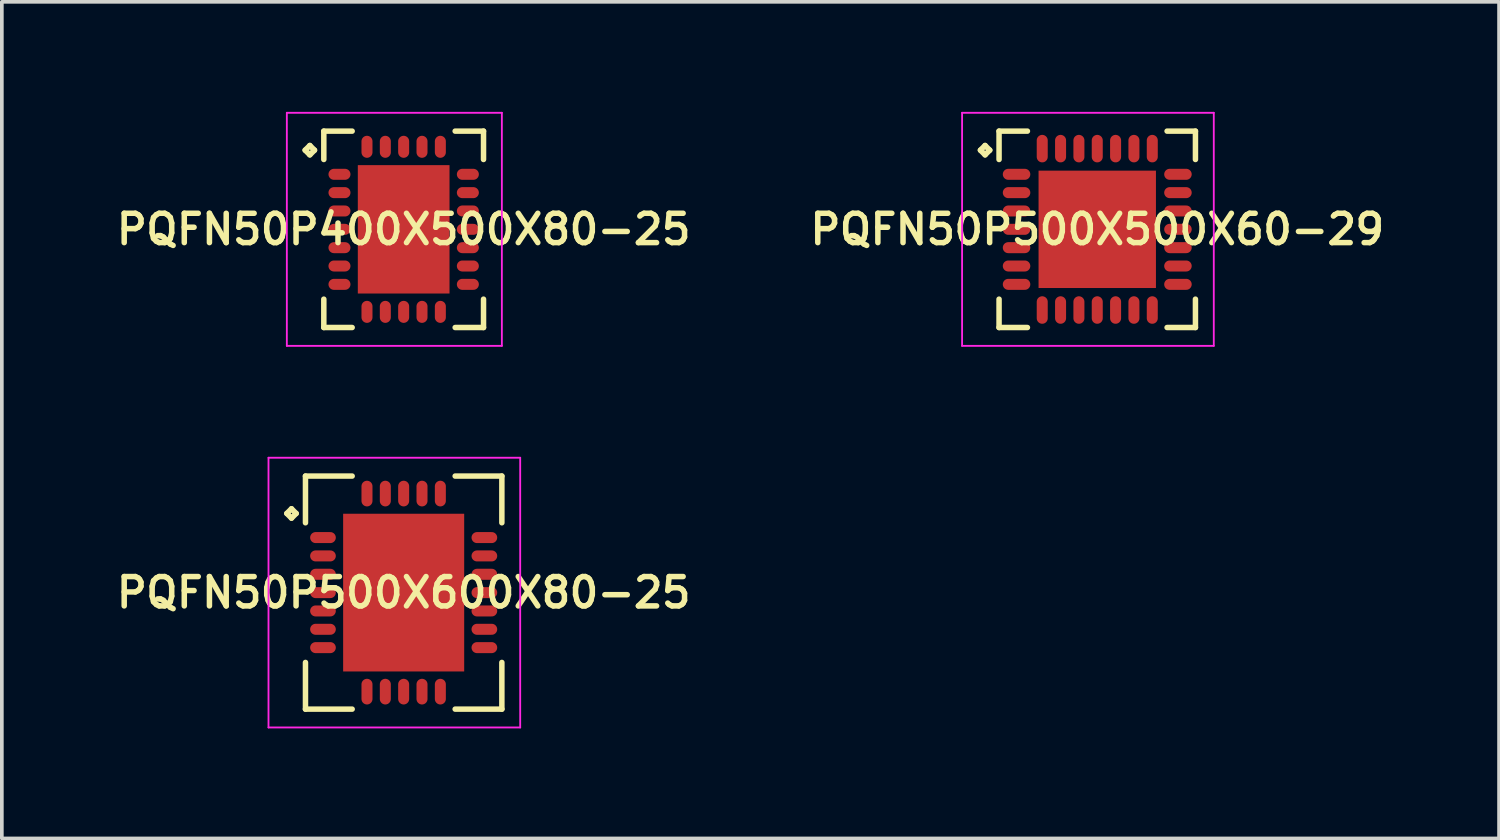
<source format=kicad_pcb>
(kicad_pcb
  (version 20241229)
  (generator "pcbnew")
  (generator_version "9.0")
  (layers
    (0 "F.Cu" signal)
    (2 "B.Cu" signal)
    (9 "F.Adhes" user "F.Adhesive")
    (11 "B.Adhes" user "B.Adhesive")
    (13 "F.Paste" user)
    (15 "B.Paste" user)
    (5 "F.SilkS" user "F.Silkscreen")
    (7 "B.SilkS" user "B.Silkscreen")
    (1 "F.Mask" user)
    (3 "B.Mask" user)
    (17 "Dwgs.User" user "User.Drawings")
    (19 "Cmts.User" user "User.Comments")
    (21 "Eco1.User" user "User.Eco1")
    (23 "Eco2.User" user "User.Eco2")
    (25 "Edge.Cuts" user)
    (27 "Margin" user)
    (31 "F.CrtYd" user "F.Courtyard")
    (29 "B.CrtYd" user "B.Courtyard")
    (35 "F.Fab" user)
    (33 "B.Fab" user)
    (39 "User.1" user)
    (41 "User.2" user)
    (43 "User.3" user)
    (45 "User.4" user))
  (footprint "PQFN50P400X500X80-25"
    (layer "F.Cu")
    (at 7.955 3.202)
    (property "Reference" "PQFN50P400X500X80-25" (at 0 0 0) (layer "F.SilkS") (effects (font (size 0.8 0.8) (thickness 0.15))))
    (attr smd)
    (fp_line (start -2.685 -2.158) (end -2.558 -2.285) (stroke (width 0.15) (type solid)) (layer "F.SilkS"))
    (fp_line (start -2.558 -2.285) (end -2.431 -2.158) (stroke (width 0.15) (type solid)) (layer "F.SilkS"))
    (fp_line (start -2.558 -2.031) (end -2.685 -2.158) (stroke (width 0.15) (type solid)) (layer "F.SilkS"))
    (fp_line (start -2.431 -2.158) (end -2.558 -2.031) (stroke (width 0.15) (type solid)) (layer "F.SilkS"))
    (fp_line (start -2.177 -2.677) (end -1.404 -2.677) (stroke (width 0.15) (type solid)) (layer "F.SilkS"))
    (fp_line (start -2.177 -1.904) (end -2.177 -2.677) (stroke (width 0.15) (type solid)) (layer "F.SilkS"))
    (fp_line (start -2.177 1.904) (end -2.177 2.677) (stroke (width 0.15) (type solid)) (layer "F.SilkS"))
    (fp_line (start -2.177 2.677) (end -1.404 2.677) (stroke (width 0.15) (type solid)) (layer "F.SilkS"))
    (fp_line (start 1.404 -2.677) (end 2.177 -2.677) (stroke (width 0.15) (type solid)) (layer "F.SilkS"))
    (fp_line (start 1.404 2.677) (end 2.177 2.677) (stroke (width 0.15) (type solid)) (layer "F.SilkS"))
    (fp_line (start 2.177 -2.677) (end 2.177 -1.904) (stroke (width 0.15) (type solid)) (layer "F.SilkS"))
    (fp_line (start 2.177 2.677) (end 2.177 1.904) (stroke (width 0.15) (type solid)) (layer "F.SilkS"))
    (fp_line (start -3.185 -3.177) (end 2.677 -3.177) (stroke (width 0.05) (type solid)) (layer "F.CrtYd"))
    (fp_line (start -3.185 3.177) (end -3.185 -3.177) (stroke (width 0.05) (type solid)) (layer "F.CrtYd"))
    (fp_line (start 2.677 -3.177) (end 2.677 3.177) (stroke (width 0.05) (type solid)) (layer "F.CrtYd"))
    (fp_line (start 2.677 3.177) (end -3.185 3.177) (stroke (width 0.05) (type solid)) (layer "F.CrtYd"))
    (pad "1" smd oval (at -1.75 -1.5) (size 0.6 0.3) (layers "F.Cu" "F.Mask" "F.Paste"))
    (pad "2" smd oval (at -1.75 -1) (size 0.6 0.3) (layers "F.Cu" "F.Mask" "F.Paste"))
    (pad "3" smd oval (at -1.75 -0.5) (size 0.6 0.3) (layers "F.Cu" "F.Mask" "F.Paste"))
    (pad "4" smd oval (at -1.75 0) (size 0.6 0.3) (layers "F.Cu" "F.Mask" "F.Paste"))
    (pad "5" smd oval (at -1.75 0.5) (size 0.6 0.3) (layers "F.Cu" "F.Mask" "F.Paste"))
    (pad "6" smd oval (at -1.75 1) (size 0.6 0.3) (layers "F.Cu" "F.Mask" "F.Paste"))
    (pad "7" smd oval (at -1.75 1.5) (size 0.6 0.3) (layers "F.Cu" "F.Mask" "F.Paste"))
    (pad "8" smd oval (at -1 2.25) (size 0.3 0.6) (layers "F.Cu" "F.Mask" "F.Paste"))
    (pad "9" smd oval (at -0.5 2.25) (size 0.3 0.6) (layers "F.Cu" "F.Mask" "F.Paste"))
    (pad "10" smd oval (at 0 2.25) (size 0.3 0.6) (layers "F.Cu" "F.Mask" "F.Paste"))
    (pad "11" smd oval (at 0.5 2.25) (size 0.3 0.6) (layers "F.Cu" "F.Mask" "F.Paste"))
    (pad "12" smd oval (at 1 2.25) (size 0.3 0.6) (layers "F.Cu" "F.Mask" "F.Paste"))
    (pad "13" smd oval (at 1.75 1.5) (size 0.6 0.3) (layers "F.Cu" "F.Mask" "F.Paste"))
    (pad "14" smd oval (at 1.75 1) (size 0.6 0.3) (layers "F.Cu" "F.Mask" "F.Paste"))
    (pad "15" smd oval (at 1.75 0.5) (size 0.6 0.3) (layers "F.Cu" "F.Mask" "F.Paste"))
    (pad "16" smd oval (at 1.75 0) (size 0.6 0.3) (layers "F.Cu" "F.Mask" "F.Paste"))
    (pad "17" smd oval (at 1.75 -0.5) (size 0.6 0.3) (layers "F.Cu" "F.Mask" "F.Paste"))
    (pad "18" smd oval (at 1.75 -1) (size 0.6 0.3) (layers "F.Cu" "F.Mask" "F.Paste"))
    (pad "19" smd oval (at 1.75 -1.5) (size 0.6 0.3) (layers "F.Cu" "F.Mask" "F.Paste"))
    (pad "20" smd oval (at 1 -2.25) (size 0.3 0.6) (layers "F.Cu" "F.Mask" "F.Paste"))
    (pad "21" smd oval (at 0.5 -2.25) (size 0.3 0.6) (layers "F.Cu" "F.Mask" "F.Paste"))
    (pad "22" smd oval (at 0 -2.25) (size 0.3 0.6) (layers "F.Cu" "F.Mask" "F.Paste"))
    (pad "23" smd oval (at -0.5 -2.25) (size 0.3 0.6) (layers "F.Cu" "F.Mask" "F.Paste"))
    (pad "24" smd oval (at -1 -2.25) (size 0.3 0.6) (layers "F.Cu" "F.Mask" "F.Paste"))
    (pad "25" smd rect (at 0 0) (size 2.5 3.5) (layers "F.Cu" "F.Mask" "F.Paste")))
  (footprint "PQFN50P500X600X80-25"
    (layer "F.Cu")
    (at 7.955 13.106)
    (property "Reference" "PQFN50P500X600X80-25" (at 0 0 0) (layer "F.SilkS") (effects (font (size 0.8 0.8) (thickness 0.15))))
    (attr smd)
    (fp_line (start -3.185 -2.158) (end -3.058 -2.285) (stroke (width 0.15) (type solid)) (layer "F.SilkS"))
    (fp_line (start -3.058 -2.285) (end -2.931 -2.158) (stroke (width 0.15) (type solid)) (layer "F.SilkS"))
    (fp_line (start -3.058 -2.031) (end -3.185 -2.158) (stroke (width 0.15) (type solid)) (layer "F.SilkS"))
    (fp_line (start -2.931 -2.158) (end -3.058 -2.031) (stroke (width 0.15) (type solid)) (layer "F.SilkS"))
    (fp_line (start -2.677 -3.177) (end -1.404 -3.177) (stroke (width 0.15) (type solid)) (layer "F.SilkS"))
    (fp_line (start -2.677 -1.904) (end -2.677 -3.177) (stroke (width 0.15) (type solid)) (layer "F.SilkS"))
    (fp_line (start -2.677 1.904) (end -2.677 3.177) (stroke (width 0.15) (type solid)) (layer "F.SilkS"))
    (fp_line (start -2.677 3.177) (end -1.404 3.177) (stroke (width 0.15) (type solid)) (layer "F.SilkS"))
    (fp_line (start 1.404 -3.177) (end 2.677 -3.177) (stroke (width 0.15) (type solid)) (layer "F.SilkS"))
    (fp_line (start 1.404 3.177) (end 2.677 3.177) (stroke (width 0.15) (type solid)) (layer "F.SilkS"))
    (fp_line (start 2.677 -3.177) (end 2.677 -1.904) (stroke (width 0.15) (type solid)) (layer "F.SilkS"))
    (fp_line (start 2.677 3.177) (end 2.677 1.904) (stroke (width 0.15) (type solid)) (layer "F.SilkS"))
    (fp_line (start -3.685 -3.677) (end 3.177 -3.677) (stroke (width 0.05) (type solid)) (layer "F.CrtYd"))
    (fp_line (start -3.685 3.677) (end -3.685 -3.677) (stroke (width 0.05) (type solid)) (layer "F.CrtYd"))
    (fp_line (start 3.177 -3.677) (end 3.177 3.677) (stroke (width 0.05) (type solid)) (layer "F.CrtYd"))
    (fp_line (start 3.177 3.677) (end -3.685 3.677) (stroke (width 0.05) (type solid)) (layer "F.CrtYd"))
    (pad "1" smd oval (at -2.2 -1.5) (size 0.7 0.3) (layers "F.Cu" "F.Mask" "F.Paste"))
    (pad "2" smd oval (at -2.2 -1) (size 0.7 0.3) (layers "F.Cu" "F.Mask" "F.Paste"))
    (pad "3" smd oval (at -2.2 -0.5) (size 0.7 0.3) (layers "F.Cu" "F.Mask" "F.Paste"))
    (pad "4" smd oval (at -2.2 0) (size 0.7 0.3) (layers "F.Cu" "F.Mask" "F.Paste"))
    (pad "5" smd oval (at -2.2 0.5) (size 0.7 0.3) (layers "F.Cu" "F.Mask" "F.Paste"))
    (pad "6" smd oval (at -2.2 1) (size 0.7 0.3) (layers "F.Cu" "F.Mask" "F.Paste"))
    (pad "7" smd oval (at -2.2 1.5) (size 0.7 0.3) (layers "F.Cu" "F.Mask" "F.Paste"))
    (pad "8" smd oval (at -1 2.7) (size 0.3 0.7) (layers "F.Cu" "F.Mask" "F.Paste"))
    (pad "9" smd oval (at -0.5 2.7) (size 0.3 0.7) (layers "F.Cu" "F.Mask" "F.Paste"))
    (pad "10" smd oval (at 0 2.7) (size 0.3 0.7) (layers "F.Cu" "F.Mask" "F.Paste"))
    (pad "11" smd oval (at 0.5 2.7) (size 0.3 0.7) (layers "F.Cu" "F.Mask" "F.Paste"))
    (pad "12" smd oval (at 1 2.7) (size 0.3 0.7) (layers "F.Cu" "F.Mask" "F.Paste"))
    (pad "13" smd oval (at 2.2 1.5) (size 0.7 0.3) (layers "F.Cu" "F.Mask" "F.Paste"))
    (pad "14" smd oval (at 2.2 1) (size 0.7 0.3) (layers "F.Cu" "F.Mask" "F.Paste"))
    (pad "15" smd oval (at 2.2 0.5) (size 0.7 0.3) (layers "F.Cu" "F.Mask" "F.Paste"))
    (pad "16" smd oval (at 2.2 0) (size 0.7 0.3) (layers "F.Cu" "F.Mask" "F.Paste"))
    (pad "17" smd oval (at 2.2 -0.5) (size 0.7 0.3) (layers "F.Cu" "F.Mask" "F.Paste"))
    (pad "18" smd oval (at 2.2 -1) (size 0.7 0.3) (layers "F.Cu" "F.Mask" "F.Paste"))
    (pad "19" smd oval (at 2.2 -1.5) (size 0.7 0.3) (layers "F.Cu" "F.Mask" "F.Paste"))
    (pad "20" smd oval (at 1 -2.7) (size 0.3 0.7) (layers "F.Cu" "F.Mask" "F.Paste"))
    (pad "21" smd oval (at 0.5 -2.7) (size 0.3 0.7) (layers "F.Cu" "F.Mask" "F.Paste"))
    (pad "22" smd oval (at 0 -2.7) (size 0.3 0.7) (layers "F.Cu" "F.Mask" "F.Paste"))
    (pad "23" smd oval (at -0.5 -2.7) (size 0.3 0.7) (layers "F.Cu" "F.Mask" "F.Paste"))
    (pad "24" smd oval (at -1 -2.7) (size 0.3 0.7) (layers "F.Cu" "F.Mask" "F.Paste"))
    (pad "25" smd rect (at 0 0) (size 3.3 4.3) (layers "F.Cu" "F.Mask" "F.Paste")))
  (footprint "PQFN50P500X500X60-29"
    (layer "F.Cu")
    (at 26.864 3.202)
    (property "Reference" "PQFN50P500X500X60-29" (at 0 0 0) (layer "F.SilkS") (effects (font (size 0.8 0.8) (thickness 0.15))))
    (attr smd)
    (fp_line (start -3.185 -2.158) (end -3.058 -2.285) (stroke (width 0.15) (type solid)) (layer "F.SilkS"))
    (fp_line (start -3.058 -2.285) (end -2.931 -2.158) (stroke (width 0.15) (type solid)) (layer "F.SilkS"))
    (fp_line (start -3.058 -2.031) (end -3.185 -2.158) (stroke (width 0.15) (type solid)) (layer "F.SilkS"))
    (fp_line (start -2.931 -2.158) (end -3.058 -2.031) (stroke (width 0.15) (type solid)) (layer "F.SilkS"))
    (fp_line (start -2.677 -2.677) (end -1.904 -2.677) (stroke (width 0.15) (type solid)) (layer "F.SilkS"))
    (fp_line (start -2.677 -1.904) (end -2.677 -2.677) (stroke (width 0.15) (type solid)) (layer "F.SilkS"))
    (fp_line (start -2.677 1.904) (end -2.677 2.677) (stroke (width 0.15) (type solid)) (layer "F.SilkS"))
    (fp_line (start -2.677 2.677) (end -1.904 2.677) (stroke (width 0.15) (type solid)) (layer "F.SilkS"))
    (fp_line (start 1.904 -2.677) (end 2.677 -2.677) (stroke (width 0.15) (type solid)) (layer "F.SilkS"))
    (fp_line (start 1.904 2.677) (end 2.677 2.677) (stroke (width 0.15) (type solid)) (layer "F.SilkS"))
    (fp_line (start 2.677 -2.677) (end 2.677 -1.904) (stroke (width 0.15) (type solid)) (layer "F.SilkS"))
    (fp_line (start 2.677 2.677) (end 2.677 1.904) (stroke (width 0.15) (type solid)) (layer "F.SilkS"))
    (fp_line (start -3.685 -3.177) (end 3.177 -3.177) (stroke (width 0.05) (type solid)) (layer "F.CrtYd"))
    (fp_line (start -3.685 3.177) (end -3.685 -3.177) (stroke (width 0.05) (type solid)) (layer "F.CrtYd"))
    (fp_line (start 3.177 -3.177) (end 3.177 3.177) (stroke (width 0.05) (type solid)) (layer "F.CrtYd"))
    (fp_line (start 3.177 3.177) (end -3.685 3.177) (stroke (width 0.05) (type solid)) (layer "F.CrtYd"))
    (pad "1" smd oval (at -2.2 -1.5) (size 0.75 0.3) (layers "F.Cu" "F.Mask" "F.Paste"))
    (pad "2" smd oval (at -2.2 -1) (size 0.75 0.3) (layers "F.Cu" "F.Mask" "F.Paste"))
    (pad "3" smd oval (at -2.2 -0.5) (size 0.75 0.3) (layers "F.Cu" "F.Mask" "F.Paste"))
    (pad "4" smd oval (at -2.2 0) (size 0.75 0.3) (layers "F.Cu" "F.Mask" "F.Paste"))
    (pad "5" smd oval (at -2.2 0.5) (size 0.75 0.3) (layers "F.Cu" "F.Mask" "F.Paste"))
    (pad "6" smd oval (at -2.2 1) (size 0.75 0.3) (layers "F.Cu" "F.Mask" "F.Paste"))
    (pad "7" smd oval (at -2.2 1.5) (size 0.75 0.3) (layers "F.Cu" "F.Mask" "F.Paste"))
    (pad "8" smd oval (at -1.5 2.2) (size 0.3 0.75) (layers "F.Cu" "F.Mask" "F.Paste"))
    (pad "9" smd oval (at -1 2.2) (size 0.3 0.75) (layers "F.Cu" "F.Mask" "F.Paste"))
    (pad "10" smd oval (at -0.5 2.2) (size 0.3 0.75) (layers "F.Cu" "F.Mask" "F.Paste"))
    (pad "11" smd oval (at 0 2.2) (size 0.3 0.75) (layers "F.Cu" "F.Mask" "F.Paste"))
    (pad "12" smd oval (at 0.5 2.2) (size 0.3 0.75) (layers "F.Cu" "F.Mask" "F.Paste"))
    (pad "13" smd oval (at 1 2.2) (size 0.3 0.75) (layers "F.Cu" "F.Mask" "F.Paste"))
    (pad "14" smd oval (at 1.5 2.2) (size 0.3 0.75) (layers "F.Cu" "F.Mask" "F.Paste"))
    (pad "15" smd oval (at 2.2 1.5) (size 0.75 0.3) (layers "F.Cu" "F.Mask" "F.Paste"))
    (pad "16" smd oval (at 2.2 1) (size 0.75 0.3) (layers "F.Cu" "F.Mask" "F.Paste"))
    (pad "17" smd oval (at 2.2 0.5) (size 0.75 0.3) (layers "F.Cu" "F.Mask" "F.Paste"))
    (pad "18" smd oval (at 2.2 0) (size 0.75 0.3) (layers "F.Cu" "F.Mask" "F.Paste"))
    (pad "19" smd oval (at 2.2 -0.5) (size 0.75 0.3) (layers "F.Cu" "F.Mask" "F.Paste"))
    (pad "20" smd oval (at 2.2 -1) (size 0.75 0.3) (layers "F.Cu" "F.Mask" "F.Paste"))
    (pad "21" smd oval (at 2.2 -1.5) (size 0.75 0.3) (layers "F.Cu" "F.Mask" "F.Paste"))
    (pad "22" smd oval (at 1.5 -2.2) (size 0.3 0.75) (layers "F.Cu" "F.Mask" "F.Paste"))
    (pad "23" smd oval (at 1 -2.2) (size 0.3 0.75) (layers "F.Cu" "F.Mask" "F.Paste"))
    (pad "24" smd oval (at 0.5 -2.2) (size 0.3 0.75) (layers "F.Cu" "F.Mask" "F.Paste"))
    (pad "25" smd oval (at 0 -2.2) (size 0.3 0.75) (layers "F.Cu" "F.Mask" "F.Paste"))
    (pad "26" smd oval (at -0.5 -2.2) (size 0.3 0.75) (layers "F.Cu" "F.Mask" "F.Paste"))
    (pad "27" smd oval (at -1 -2.2) (size 0.3 0.75) (layers "F.Cu" "F.Mask" "F.Paste"))
    (pad "28" smd oval (at -1.5 -2.2) (size 0.3 0.75) (layers "F.Cu" "F.Mask" "F.Paste"))
    (pad "29" smd rect (at 0 0) (size 3.2 3.2) (layers "F.Cu" "F.Mask" "F.Paste")))
  (gr_rect
    (start -3 -3)
    (end 37.818 19.808)
    (stroke (width 0.1) (type default))
    (fill no)
    (layer "Edge.Cuts")))
</source>
